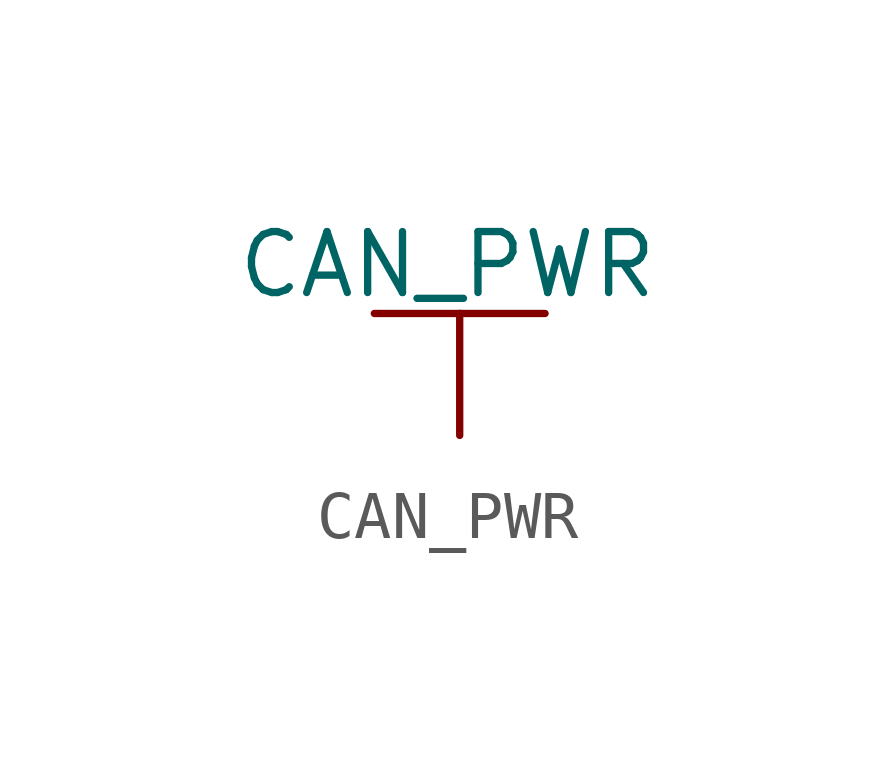
<source format=kicad_sym>
(kicad_symbol_lib
  (version 20220914)
  (generator kicad_symbol_editor)
  (symbol "CAN_PWR"
    (power)
    (pin_numbers hide)
    (pin_names
      (offset 0) hide)
    (property "Reference" "#PWR"
      (at 0 -3.81 0)
      (effects (font (size 1.27 1.27)) hide))
    (property "Value" "CAN_PWR"
      (at -0.254 3.556 0)
      (effects (font (size 1.27 1.27))))
    (property "Footprint" ""
      (at 0 0 0)
      (effects (font (size 1.524 1.524))))
    (property "Datasheet" ""
      (at 0 0 0)
      (effects (font (size 1.524 1.524))))
    (symbol "CAN_PWR_0_1"
      (polyline (pts (xy -1.778 2.54) (xy 0 2.54)) (stroke (width 0) (type default)) (fill (type none)))
      (polyline (pts (xy 0 0) (xy 0 2.54)) (stroke (width 0) (type default)) (fill (type none)))
      (polyline (pts (xy 0 2.54) (xy 1.778 2.54)) (stroke (width 0) (type default)) (fill (type none))))
    (symbol "CAN_PWR_1_1"
      (pin power_in line (at 0 0 90) (length 0) hide (name "CAN_PWR" (effects (font (size 1.27 1.27)))) (number "1" (effects (font (size 1.27 1.27))))))))
</source>
